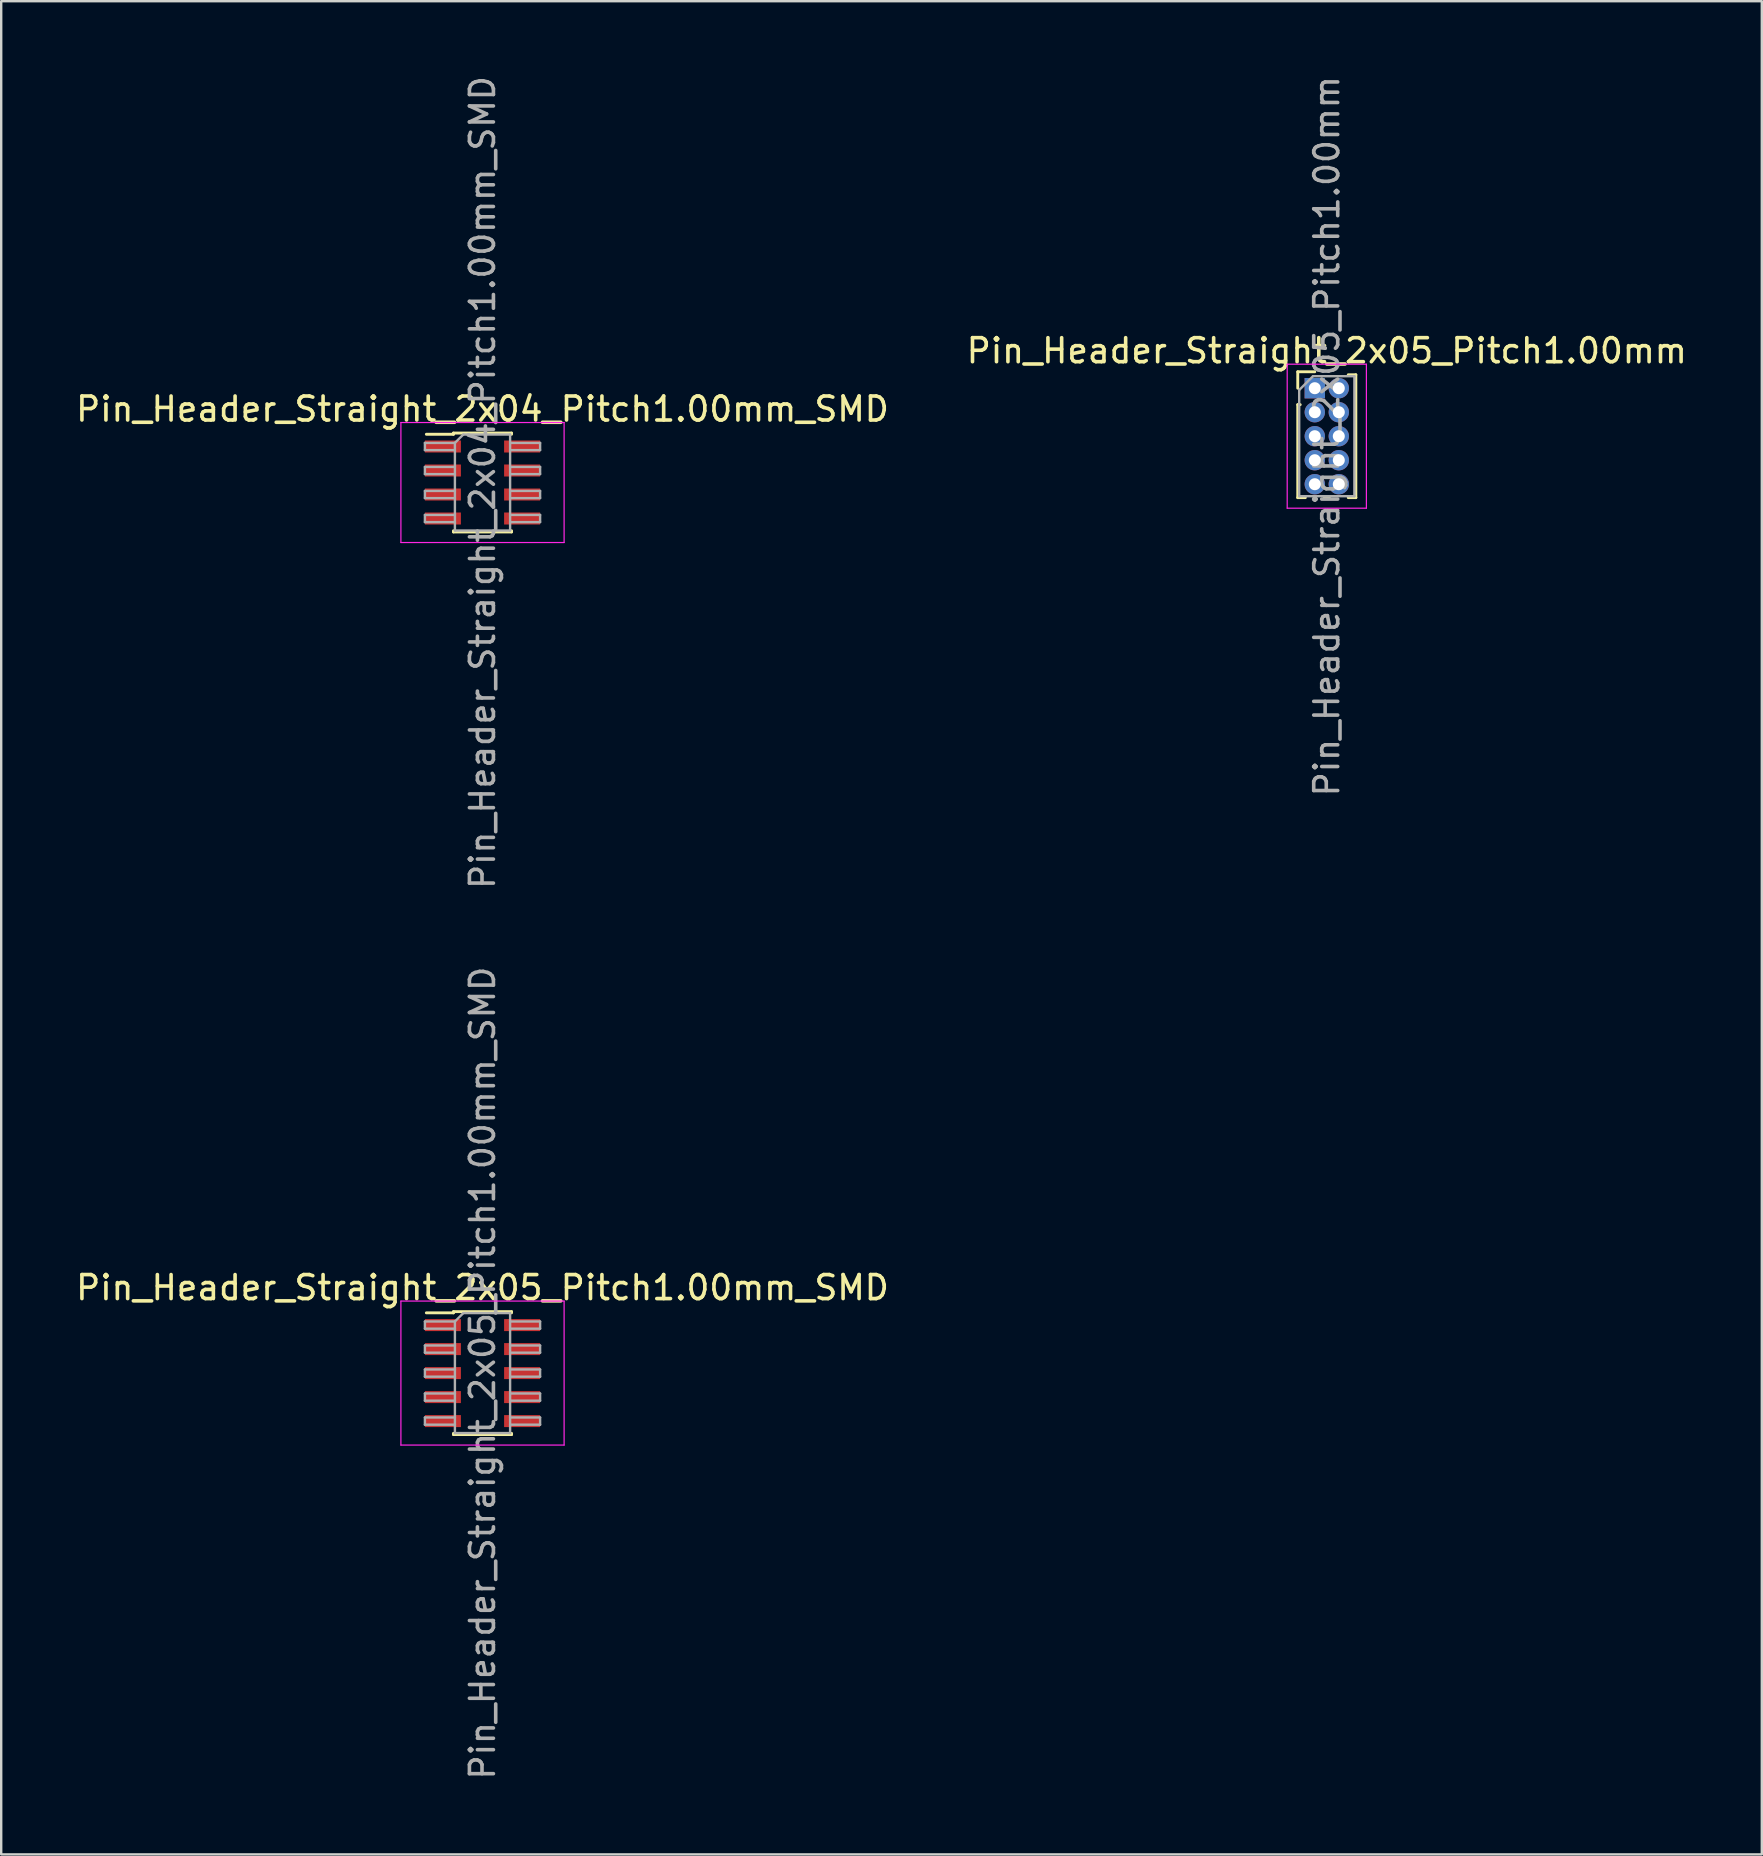
<source format=kicad_pcb>
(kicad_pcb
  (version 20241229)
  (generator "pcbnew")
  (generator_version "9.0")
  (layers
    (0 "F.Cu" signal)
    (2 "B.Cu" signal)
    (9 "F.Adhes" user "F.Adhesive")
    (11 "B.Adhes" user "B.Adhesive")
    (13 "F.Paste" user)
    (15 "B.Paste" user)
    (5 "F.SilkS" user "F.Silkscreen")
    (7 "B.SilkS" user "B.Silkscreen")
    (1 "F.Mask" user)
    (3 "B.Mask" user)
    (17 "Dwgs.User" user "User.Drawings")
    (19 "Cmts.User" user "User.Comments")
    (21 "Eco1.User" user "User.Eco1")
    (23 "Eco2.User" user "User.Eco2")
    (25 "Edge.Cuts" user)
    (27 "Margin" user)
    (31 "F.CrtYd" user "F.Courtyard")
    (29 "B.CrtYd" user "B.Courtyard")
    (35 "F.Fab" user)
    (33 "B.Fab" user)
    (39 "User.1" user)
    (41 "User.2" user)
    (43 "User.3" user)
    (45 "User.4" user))
  (footprint "Pin_Header_Straight_2x05_Pitch1.00mm"
    (layer "F.Cu")
    (at 51.732 13.125)
    (property "Reference" "Pin_Header_Straight_2x05_Pitch1.00mm" (at 0.5 -1.56 0) (layer "F.SilkS") (effects (font (size 1 1) (thickness 0.15))))
    (attr through_hole)
    (fp_line (start -0.71 -0.685) (end 0 -0.685) (stroke (width 0.12) (type solid)) (layer "F.SilkS"))
    (fp_line (start -0.71 0) (end -0.71 -0.685) (stroke (width 0.12) (type solid)) (layer "F.SilkS"))
    (fp_line (start -0.71 0.685) (end -0.71 4.56) (stroke (width 0.12) (type solid)) (layer "F.SilkS"))
    (fp_line (start -0.71 0.685) (end -0.608 0.685) (stroke (width 0.12) (type solid)) (layer "F.SilkS"))
    (fp_line (start -0.71 4.56) (end -0.394 4.56) (stroke (width 0.12) (type solid)) (layer "F.SilkS"))
    (fp_line (start 0.394 4.56) (end 0.606 4.56) (stroke (width 0.12) (type solid)) (layer "F.SilkS"))
    (fp_line (start 1.394 -0.56) (end 1.71 -0.56) (stroke (width 0.12) (type solid)) (layer "F.SilkS"))
    (fp_line (start 1.394 4.56) (end 1.71 4.56) (stroke (width 0.12) (type solid)) (layer "F.SilkS"))
    (fp_line (start 1.71 -0.56) (end 1.71 4.56) (stroke (width 0.12) (type solid)) (layer "F.SilkS"))
    (fp_line (start -1.15 -1) (end -1.15 5) (stroke (width 0.05) (type solid)) (layer "F.CrtYd"))
    (fp_line (start -1.15 5) (end 2.15 5) (stroke (width 0.05) (type solid)) (layer "F.CrtYd"))
    (fp_line (start 2.15 -1) (end -1.15 -1) (stroke (width 0.05) (type solid)) (layer "F.CrtYd"))
    (fp_line (start 2.15 5) (end 2.15 -1) (stroke (width 0.05) (type solid)) (layer "F.CrtYd"))
    (fp_line (start -0.65 0.075) (end -0.075 -0.5) (stroke (width 0.1) (type solid)) (layer "F.Fab"))
    (fp_line (start -0.65 4.5) (end -0.65 0.075) (stroke (width 0.1) (type solid)) (layer "F.Fab"))
    (fp_line (start -0.075 -0.5) (end 1.65 -0.5) (stroke (width 0.1) (type solid)) (layer "F.Fab"))
    (fp_line (start 1.65 -0.5) (end 1.65 4.5) (stroke (width 0.1) (type solid)) (layer "F.Fab"))
    (fp_line (start 1.65 4.5) (end -0.65 4.5) (stroke (width 0.1) (type solid)) (layer "F.Fab"))
    (fp_text user "${REFERENCE}" (at 0.5 2 90) (layer "F.Fab") (effects (font (size 1 1) (thickness 0.15))))
    (pad "1" thru_hole rect (at 0 0) (size 0.85 0.85) (drill 0.5) (layers "*.Cu" "*.Mask"))
    (pad "2" thru_hole oval (at 1 0) (size 0.85 0.85) (drill 0.5) (layers "*.Cu" "*.Mask"))
    (pad "3" thru_hole oval (at 0 1) (size 0.85 0.85) (drill 0.5) (layers "*.Cu" "*.Mask"))
    (pad "4" thru_hole oval (at 1 1) (size 0.85 0.85) (drill 0.5) (layers "*.Cu" "*.Mask"))
    (pad "5" thru_hole oval (at 0 2) (size 0.85 0.85) (drill 0.5) (layers "*.Cu" "*.Mask"))
    (pad "6" thru_hole oval (at 1 2) (size 0.85 0.85) (drill 0.5) (layers "*.Cu" "*.Mask"))
    (pad "7" thru_hole oval (at 0 3) (size 0.85 0.85) (drill 0.5) (layers "*.Cu" "*.Mask"))
    (pad "8" thru_hole oval (at 1 3) (size 0.85 0.85) (drill 0.5) (layers "*.Cu" "*.Mask"))
    (pad "9" thru_hole oval (at 0 4) (size 0.85 0.85) (drill 0.5) (layers "*.Cu" "*.Mask"))
    (pad "10" thru_hole oval (at 1 4) (size 0.85 0.85) (drill 0.5) (layers "*.Cu" "*.Mask")))
  (footprint "Pin_Header_Straight_2x04_Pitch1.00mm_SMD"
    (layer "F.Cu")
    (at 17.054 17.054)
    (property "Reference" "Pin_Header_Straight_2x04_Pitch1.00mm_SMD" (at 0 -3.06 0) (layer "F.SilkS") (effects (font (size 1 1) (thickness 0.15))))
    (attr smd)
    (fp_line (start -2.34 -2.01) (end -1.21 -2.01) (stroke (width 0.12) (type solid)) (layer "F.SilkS"))
    (fp_line (start -1.21 -2.06) (end -1.21 -2.01) (stroke (width 0.12) (type solid)) (layer "F.SilkS"))
    (fp_line (start -1.21 -2.06) (end 1.21 -2.06) (stroke (width 0.12) (type solid)) (layer "F.SilkS"))
    (fp_line (start -1.21 2.01) (end -1.21 2.06) (stroke (width 0.12) (type solid)) (layer "F.SilkS"))
    (fp_line (start -1.21 2.06) (end 1.21 2.06) (stroke (width 0.12) (type solid)) (layer "F.SilkS"))
    (fp_line (start 1.21 -2.06) (end 1.21 -2.01) (stroke (width 0.12) (type solid)) (layer "F.SilkS"))
    (fp_line (start 1.21 2.01) (end 1.21 2.06) (stroke (width 0.12) (type solid)) (layer "F.SilkS"))
    (fp_line (start -3.4 -2.5) (end -3.4 2.5) (stroke (width 0.05) (type solid)) (layer "F.CrtYd"))
    (fp_line (start -3.4 2.5) (end 3.4 2.5) (stroke (width 0.05) (type solid)) (layer "F.CrtYd"))
    (fp_line (start 3.4 -2.5) (end -3.4 -2.5) (stroke (width 0.05) (type solid)) (layer "F.CrtYd"))
    (fp_line (start 3.4 2.5) (end 3.4 -2.5) (stroke (width 0.05) (type solid)) (layer "F.CrtYd"))
    (fp_line (start -2.4 -1.65) (end -2.4 -1.35) (stroke (width 0.1) (type solid)) (layer "F.Fab"))
    (fp_line (start -2.4 -1.35) (end -1.15 -1.35) (stroke (width 0.1) (type solid)) (layer "F.Fab"))
    (fp_line (start -2.4 -0.65) (end -2.4 -0.35) (stroke (width 0.1) (type solid)) (layer "F.Fab"))
    (fp_line (start -2.4 -0.35) (end -1.15 -0.35) (stroke (width 0.1) (type solid)) (layer "F.Fab"))
    (fp_line (start -2.4 0.35) (end -2.4 0.65) (stroke (width 0.1) (type solid)) (layer "F.Fab"))
    (fp_line (start -2.4 0.65) (end -1.15 0.65) (stroke (width 0.1) (type solid)) (layer "F.Fab"))
    (fp_line (start -2.4 1.35) (end -2.4 1.65) (stroke (width 0.1) (type solid)) (layer "F.Fab"))
    (fp_line (start -2.4 1.65) (end -1.15 1.65) (stroke (width 0.1) (type solid)) (layer "F.Fab"))
    (fp_line (start -1.15 -1.65) (end -2.4 -1.65) (stroke (width 0.1) (type solid)) (layer "F.Fab"))
    (fp_line (start -1.15 -1.65) (end -0.8 -2) (stroke (width 0.1) (type solid)) (layer "F.Fab"))
    (fp_line (start -1.15 -0.65) (end -2.4 -0.65) (stroke (width 0.1) (type solid)) (layer "F.Fab"))
    (fp_line (start -1.15 0.35) (end -2.4 0.35) (stroke (width 0.1) (type solid)) (layer "F.Fab"))
    (fp_line (start -1.15 1.35) (end -2.4 1.35) (stroke (width 0.1) (type solid)) (layer "F.Fab"))
    (fp_line (start -1.15 2) (end -1.15 -1.65) (stroke (width 0.1) (type solid)) (layer "F.Fab"))
    (fp_line (start -0.8 -2) (end 1.15 -2) (stroke (width 0.1) (type solid)) (layer "F.Fab"))
    (fp_line (start 1.15 -2) (end 1.15 2) (stroke (width 0.1) (type solid)) (layer "F.Fab"))
    (fp_line (start 1.15 -1.65) (end 2.4 -1.65) (stroke (width 0.1) (type solid)) (layer "F.Fab"))
    (fp_line (start 1.15 -0.65) (end 2.4 -0.65) (stroke (width 0.1) (type solid)) (layer "F.Fab"))
    (fp_line (start 1.15 0.35) (end 2.4 0.35) (stroke (width 0.1) (type solid)) (layer "F.Fab"))
    (fp_line (start 1.15 1.35) (end 2.4 1.35) (stroke (width 0.1) (type solid)) (layer "F.Fab"))
    (fp_line (start 1.15 2) (end -1.15 2) (stroke (width 0.1) (type solid)) (layer "F.Fab"))
    (fp_line (start 2.4 -1.65) (end 2.4 -1.35) (stroke (width 0.1) (type solid)) (layer "F.Fab"))
    (fp_line (start 2.4 -1.35) (end 1.15 -1.35) (stroke (width 0.1) (type solid)) (layer "F.Fab"))
    (fp_line (start 2.4 -0.65) (end 2.4 -0.35) (stroke (width 0.1) (type solid)) (layer "F.Fab"))
    (fp_line (start 2.4 -0.35) (end 1.15 -0.35) (stroke (width 0.1) (type solid)) (layer "F.Fab"))
    (fp_line (start 2.4 0.35) (end 2.4 0.65) (stroke (width 0.1) (type solid)) (layer "F.Fab"))
    (fp_line (start 2.4 0.65) (end 1.15 0.65) (stroke (width 0.1) (type solid)) (layer "F.Fab"))
    (fp_line (start 2.4 1.35) (end 2.4 1.65) (stroke (width 0.1) (type solid)) (layer "F.Fab"))
    (fp_line (start 2.4 1.65) (end 1.15 1.65) (stroke (width 0.1) (type solid)) (layer "F.Fab"))
    (fp_text user "${REFERENCE}" (at 0 0 90) (layer "F.Fab") (effects (font (size 1 1) (thickness 0.15))))
    (pad "1" smd rect (at -1.65 -1.5) (size 1.5 0.5) (layers "F.Cu" "F.Mask" "F.Paste"))
    (pad "2" smd rect (at 1.65 -1.5) (size 1.5 0.5) (layers "F.Cu" "F.Mask" "F.Paste"))
    (pad "3" smd rect (at -1.65 -0.5) (size 1.5 0.5) (layers "F.Cu" "F.Mask" "F.Paste"))
    (pad "4" smd rect (at 1.65 -0.5) (size 1.5 0.5) (layers "F.Cu" "F.Mask" "F.Paste"))
    (pad "5" smd rect (at -1.65 0.5) (size 1.5 0.5) (layers "F.Cu" "F.Mask" "F.Paste"))
    (pad "6" smd rect (at 1.65 0.5) (size 1.5 0.5) (layers "F.Cu" "F.Mask" "F.Paste"))
    (pad "7" smd rect (at -1.65 1.5) (size 1.5 0.5) (layers "F.Cu" "F.Mask" "F.Paste"))
    (pad "8" smd rect (at 1.65 1.5) (size 1.5 0.5) (layers "F.Cu" "F.Mask" "F.Paste")))
  (footprint "Pin_Header_Straight_2x05_Pitch1.00mm_SMD"
    (layer "F.Cu")
    (at 17.054 54.161)
    (property "Reference" "Pin_Header_Straight_2x05_Pitch1.00mm_SMD" (at 0 -3.56 0) (layer "F.SilkS") (effects (font (size 1 1) (thickness 0.15))))
    (attr smd)
    (fp_line (start -2.34 -2.51) (end -1.21 -2.51) (stroke (width 0.12) (type solid)) (layer "F.SilkS"))
    (fp_line (start -1.21 -2.56) (end -1.21 -2.51) (stroke (width 0.12) (type solid)) (layer "F.SilkS"))
    (fp_line (start -1.21 -2.56) (end 1.21 -2.56) (stroke (width 0.12) (type solid)) (layer "F.SilkS"))
    (fp_line (start -1.21 2.51) (end -1.21 2.56) (stroke (width 0.12) (type solid)) (layer "F.SilkS"))
    (fp_line (start -1.21 2.56) (end 1.21 2.56) (stroke (width 0.12) (type solid)) (layer "F.SilkS"))
    (fp_line (start 1.21 -2.56) (end 1.21 -2.51) (stroke (width 0.12) (type solid)) (layer "F.SilkS"))
    (fp_line (start 1.21 2.51) (end 1.21 2.56) (stroke (width 0.12) (type solid)) (layer "F.SilkS"))
    (fp_line (start -3.4 -3) (end -3.4 3) (stroke (width 0.05) (type solid)) (layer "F.CrtYd"))
    (fp_line (start -3.4 3) (end 3.4 3) (stroke (width 0.05) (type solid)) (layer "F.CrtYd"))
    (fp_line (start 3.4 -3) (end -3.4 -3) (stroke (width 0.05) (type solid)) (layer "F.CrtYd"))
    (fp_line (start 3.4 3) (end 3.4 -3) (stroke (width 0.05) (type solid)) (layer "F.CrtYd"))
    (fp_line (start -2.4 -2.15) (end -2.4 -1.85) (stroke (width 0.1) (type solid)) (layer "F.Fab"))
    (fp_line (start -2.4 -1.85) (end -1.15 -1.85) (stroke (width 0.1) (type solid)) (layer "F.Fab"))
    (fp_line (start -2.4 -1.15) (end -2.4 -0.85) (stroke (width 0.1) (type solid)) (layer "F.Fab"))
    (fp_line (start -2.4 -0.85) (end -1.15 -0.85) (stroke (width 0.1) (type solid)) (layer "F.Fab"))
    (fp_line (start -2.4 -0.15) (end -2.4 0.15) (stroke (width 0.1) (type solid)) (layer "F.Fab"))
    (fp_line (start -2.4 0.15) (end -1.15 0.15) (stroke (width 0.1) (type solid)) (layer "F.Fab"))
    (fp_line (start -2.4 0.85) (end -2.4 1.15) (stroke (width 0.1) (type solid)) (layer "F.Fab"))
    (fp_line (start -2.4 1.15) (end -1.15 1.15) (stroke (width 0.1) (type solid)) (layer "F.Fab"))
    (fp_line (start -2.4 1.85) (end -2.4 2.15) (stroke (width 0.1) (type solid)) (layer "F.Fab"))
    (fp_line (start -2.4 2.15) (end -1.15 2.15) (stroke (width 0.1) (type solid)) (layer "F.Fab"))
    (fp_line (start -1.15 -2.15) (end -2.4 -2.15) (stroke (width 0.1) (type solid)) (layer "F.Fab"))
    (fp_line (start -1.15 -2.15) (end -0.8 -2.5) (stroke (width 0.1) (type solid)) (layer "F.Fab"))
    (fp_line (start -1.15 -1.15) (end -2.4 -1.15) (stroke (width 0.1) (type solid)) (layer "F.Fab"))
    (fp_line (start -1.15 -0.15) (end -2.4 -0.15) (stroke (width 0.1) (type solid)) (layer "F.Fab"))
    (fp_line (start -1.15 0.85) (end -2.4 0.85) (stroke (width 0.1) (type solid)) (layer "F.Fab"))
    (fp_line (start -1.15 1.85) (end -2.4 1.85) (stroke (width 0.1) (type solid)) (layer "F.Fab"))
    (fp_line (start -1.15 2.5) (end -1.15 -2.15) (stroke (width 0.1) (type solid)) (layer "F.Fab"))
    (fp_line (start -0.8 -2.5) (end 1.15 -2.5) (stroke (width 0.1) (type solid)) (layer "F.Fab"))
    (fp_line (start 1.15 -2.5) (end 1.15 2.5) (stroke (width 0.1) (type solid)) (layer "F.Fab"))
    (fp_line (start 1.15 -2.15) (end 2.4 -2.15) (stroke (width 0.1) (type solid)) (layer "F.Fab"))
    (fp_line (start 1.15 -1.15) (end 2.4 -1.15) (stroke (width 0.1) (type solid)) (layer "F.Fab"))
    (fp_line (start 1.15 -0.15) (end 2.4 -0.15) (stroke (width 0.1) (type solid)) (layer "F.Fab"))
    (fp_line (start 1.15 0.85) (end 2.4 0.85) (stroke (width 0.1) (type solid)) (layer "F.Fab"))
    (fp_line (start 1.15 1.85) (end 2.4 1.85) (stroke (width 0.1) (type solid)) (layer "F.Fab"))
    (fp_line (start 1.15 2.5) (end -1.15 2.5) (stroke (width 0.1) (type solid)) (layer "F.Fab"))
    (fp_line (start 2.4 -2.15) (end 2.4 -1.85) (stroke (width 0.1) (type solid)) (layer "F.Fab"))
    (fp_line (start 2.4 -1.85) (end 1.15 -1.85) (stroke (width 0.1) (type solid)) (layer "F.Fab"))
    (fp_line (start 2.4 -1.15) (end 2.4 -0.85) (stroke (width 0.1) (type solid)) (layer "F.Fab"))
    (fp_line (start 2.4 -0.85) (end 1.15 -0.85) (stroke (width 0.1) (type solid)) (layer "F.Fab"))
    (fp_line (start 2.4 -0.15) (end 2.4 0.15) (stroke (width 0.1) (type solid)) (layer "F.Fab"))
    (fp_line (start 2.4 0.15) (end 1.15 0.15) (stroke (width 0.1) (type solid)) (layer "F.Fab"))
    (fp_line (start 2.4 0.85) (end 2.4 1.15) (stroke (width 0.1) (type solid)) (layer "F.Fab"))
    (fp_line (start 2.4 1.15) (end 1.15 1.15) (stroke (width 0.1) (type solid)) (layer "F.Fab"))
    (fp_line (start 2.4 1.85) (end 2.4 2.15) (stroke (width 0.1) (type solid)) (layer "F.Fab"))
    (fp_line (start 2.4 2.15) (end 1.15 2.15) (stroke (width 0.1) (type solid)) (layer "F.Fab"))
    (fp_text user "${REFERENCE}" (at 0 0 90) (layer "F.Fab") (effects (font (size 1 1) (thickness 0.15))))
    (pad "1" smd rect (at -1.65 -2) (size 1.5 0.5) (layers "F.Cu" "F.Mask" "F.Paste"))
    (pad "2" smd rect (at 1.65 -2) (size 1.5 0.5) (layers "F.Cu" "F.Mask" "F.Paste"))
    (pad "3" smd rect (at -1.65 -1) (size 1.5 0.5) (layers "F.Cu" "F.Mask" "F.Paste"))
    (pad "4" smd rect (at 1.65 -1) (size 1.5 0.5) (layers "F.Cu" "F.Mask" "F.Paste"))
    (pad "5" smd rect (at -1.65 0) (size 1.5 0.5) (layers "F.Cu" "F.Mask" "F.Paste"))
    (pad "6" smd rect (at 1.65 0) (size 1.5 0.5) (layers "F.Cu" "F.Mask" "F.Paste"))
    (pad "7" smd rect (at -1.65 1) (size 1.5 0.5) (layers "F.Cu" "F.Mask" "F.Paste"))
    (pad "8" smd rect (at 1.65 1) (size 1.5 0.5) (layers "F.Cu" "F.Mask" "F.Paste"))
    (pad "9" smd rect (at -1.65 2) (size 1.5 0.5) (layers "F.Cu" "F.Mask" "F.Paste"))
    (pad "10" smd rect (at 1.65 2) (size 1.5 0.5) (layers "F.Cu" "F.Mask" "F.Paste")))
  (gr_rect
    (start -3 -3)
    (end 70.357 74.214)
    (stroke (width 0.1) (type default))
    (fill no)
    (layer "Edge.Cuts")))
</source>
